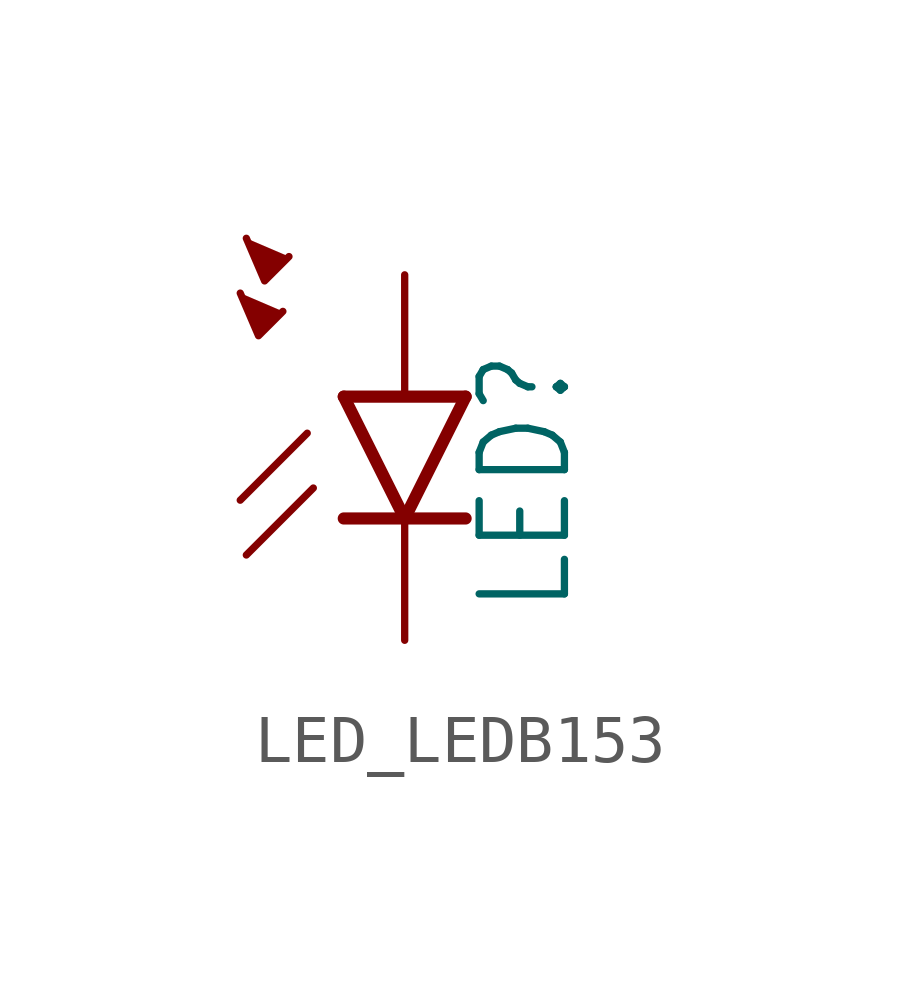
<source format=kicad_sym>
(kicad_symbol_lib
  (version 20241209)
  (generator "kicad_symbol_editor")
  (generator_version "9.0")
  (symbol "LED_LEDB153"
    (property "Reference" "LED"
      (at 3.556 -4.572 90)
      (effects (font (size 1.778 1.511)) (justify left bottom)))
    (property "Value" ""
      (at 5.715 -4.572 90)
      (effects (font (size 1.778 1.511)) (justify left bottom)))
    (property "ki_locked" ""
      (at 0 0 0)
      (effects (font (size 1.27 1.27))))
    (symbol "LED_LEDB153_1_0"
      (polyline (pts (xy -3.429 2.159) (xy -3.048 1.27) (xy -2.54 1.778)) (stroke (width 0.152) (type solid)) (fill (type outline)))
      (polyline (pts (xy -3.302 3.302) (xy -2.921 2.413) (xy -2.413 2.921)) (stroke (width 0.152) (type solid)) (fill (type outline)))
      (polyline (pts (xy -2.032 -0.762) (xy -3.429 -2.159)) (stroke (width 0.152) (type solid)) (fill (type none)))
      (polyline (pts (xy -1.905 -1.905) (xy -3.302 -3.302)) (stroke (width 0.152) (type solid)) (fill (type none)))
      (polyline (pts (xy 0 -2.54) (xy -1.27 0)) (stroke (width 0.254) (type solid)) (fill (type none)))
      (polyline (pts (xy 0 -2.54) (xy -1.27 -2.54)) (stroke (width 0.254) (type solid)) (fill (type none)))
      (polyline (pts (xy 1.27 0) (xy -1.27 0)) (stroke (width 0.254) (type solid)) (fill (type none)))
      (polyline (pts (xy 1.27 0) (xy 0 -2.54)) (stroke (width 0.254) (type solid)) (fill (type none)))
      (polyline (pts (xy 1.27 -2.54) (xy 0 -2.54)) (stroke (width 0.254) (type solid)) (fill (type none)))
      (pin passive line (at 0 2.54 270) (length 2.54) (name "A" (effects (font (size 0 0)))) (number "A" (effects (font (size 0 0)))))
      (pin passive line (at 0 -5.08 90) (length 2.54) (name "C" (effects (font (size 0 0)))) (number "K" (effects (font (size 0 0))))))))
</source>
